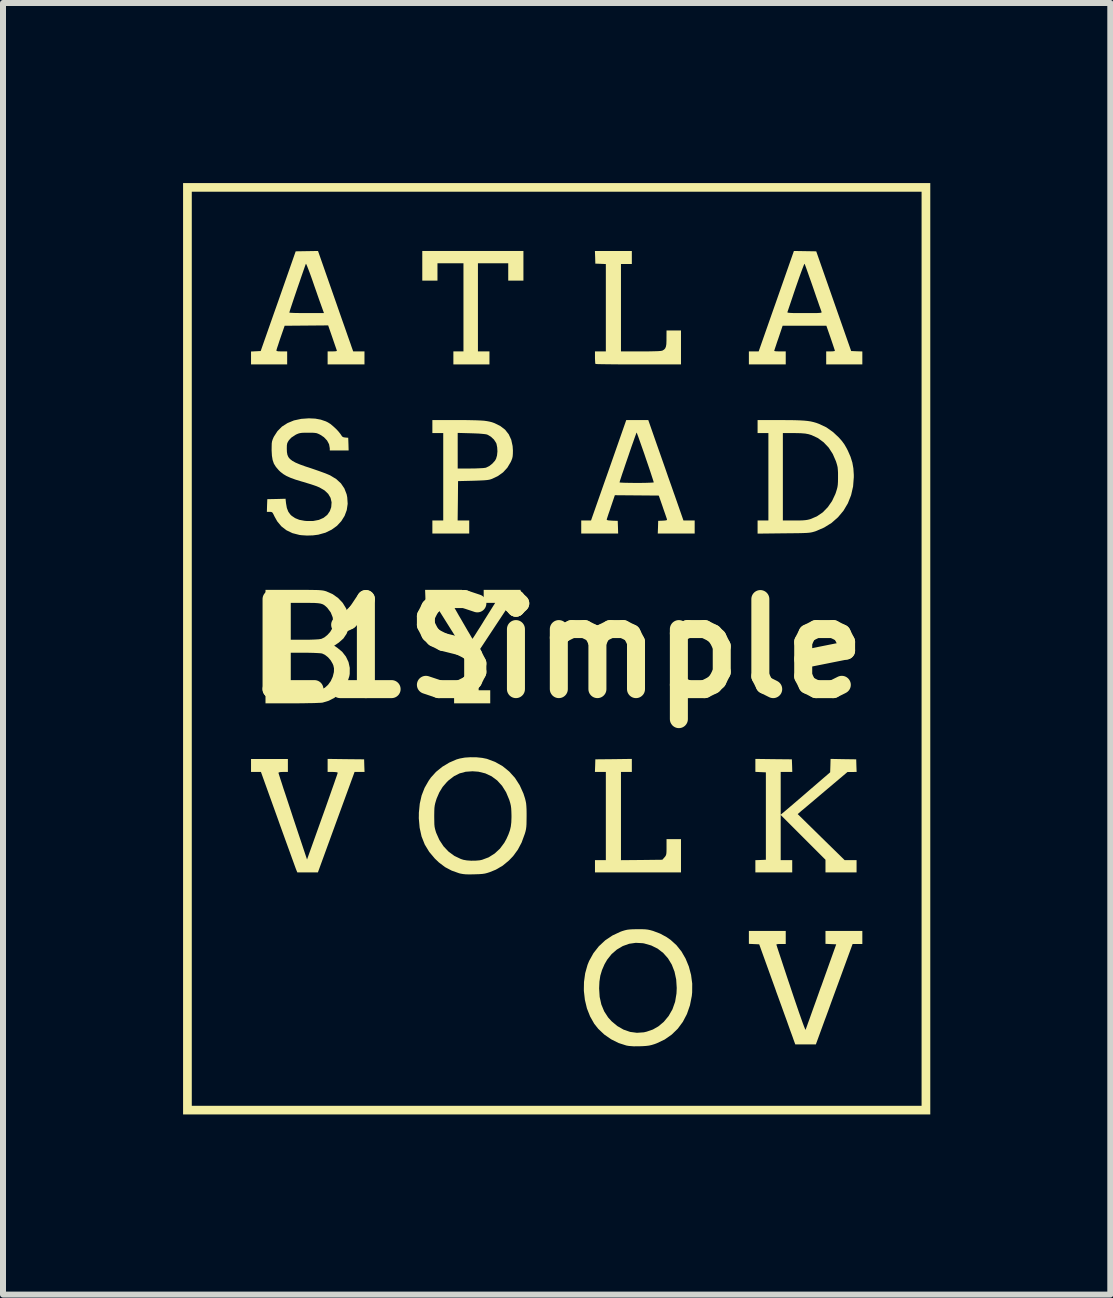
<source format=kicad_pcb>
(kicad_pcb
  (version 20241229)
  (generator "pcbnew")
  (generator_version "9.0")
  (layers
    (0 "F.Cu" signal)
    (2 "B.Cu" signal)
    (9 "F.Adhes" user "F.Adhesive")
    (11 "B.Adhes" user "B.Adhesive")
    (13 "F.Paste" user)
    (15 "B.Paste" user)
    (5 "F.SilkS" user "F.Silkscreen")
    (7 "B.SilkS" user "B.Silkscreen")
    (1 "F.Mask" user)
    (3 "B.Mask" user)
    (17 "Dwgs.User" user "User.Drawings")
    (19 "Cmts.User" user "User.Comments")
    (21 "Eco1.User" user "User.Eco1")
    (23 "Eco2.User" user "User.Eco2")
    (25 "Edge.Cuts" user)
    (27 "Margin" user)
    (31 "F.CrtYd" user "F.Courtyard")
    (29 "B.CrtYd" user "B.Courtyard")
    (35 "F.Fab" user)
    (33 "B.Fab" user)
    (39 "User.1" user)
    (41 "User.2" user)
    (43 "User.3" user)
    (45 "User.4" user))
  (footprint "L1Simple"
    (layer "F.Cu")
    (at 6.224 7.752)
    (property "Reference" "L1Simple" (at 0 0 0) (layer "F.SilkS") (effects (font (size 1.5 1.5) (thickness 0.3))))
    (attr board_only exclude_from_pos_files exclude_from_bom)
    (fp_poly (pts (xy 6.224 0.006) (xy 6.224 7.764) (xy 0 7.764) (xy -6.224 7.764) (xy -6.224 0.006) (xy -6.079 0.006) (xy -6.079 7.62) (xy 0 7.62) (xy 6.079 7.62) (xy 6.079 0.006) (xy 6.079 -7.608) (xy 0 -7.608) (xy -6.079 -7.608) (xy -6.079 0.006) (xy -6.224 0.006) (xy -6.224 -7.752) (xy 0 -7.752) (xy 6.224 -7.752)) (stroke (width 0) (type solid)) (fill yes) (layer "F.SilkS"))
    (fp_poly (pts (xy -0.554 -6.374) (xy -0.554 -6.127) (xy -0.68 -6.127) (xy -0.807 -6.127) (xy -0.807 -6.272) (xy -0.807 -6.416) (xy -1.059 -6.416) (xy -1.312 -6.416) (xy -1.312 -5.682) (xy -1.312 -4.948) (xy -1.216 -4.948) (xy -1.12 -4.948) (xy -1.12 -4.839) (xy -1.12 -4.731) (xy -1.42 -4.731) (xy -1.721 -4.731) (xy -1.721 -4.839) (xy -1.721 -4.948) (xy -1.637 -4.948) (xy -1.553 -4.948) (xy -1.553 -5.682) (xy -1.553 -6.416) (xy -1.77 -6.416) (xy -1.986 -6.416) (xy -1.986 -6.272) (xy -1.986 -6.127) (xy -2.113 -6.127) (xy -2.239 -6.127) (xy -2.239 -6.374) (xy -2.239 -6.621) (xy -1.396 -6.621) (xy -0.554 -6.621)) (stroke (width 0) (type solid)) (fill yes) (layer "F.SilkS"))
    (fp_poly (pts (xy 1.252 1.95) (xy 1.252 2.058) (xy 1.162 2.058) (xy 1.071 2.058) (xy 1.071 2.793) (xy 1.071 3.528) (xy 1.415 3.525) (xy 1.76 3.521) (xy 1.795 3.482) (xy 1.81 3.464) (xy 1.82 3.446) (xy 1.826 3.425) (xy 1.829 3.393) (xy 1.83 3.347) (xy 1.83 3.31) (xy 1.83 3.178) (xy 1.95 3.178) (xy 2.071 3.178) (xy 2.071 3.455) (xy 2.071 3.732) (xy 1.354 3.732) (xy 0.638 3.732) (xy 0.638 3.629) (xy 0.638 3.527) (xy 0.728 3.527) (xy 0.819 3.527) (xy 0.819 2.793) (xy 0.819 2.058) (xy 0.728 2.058) (xy 0.637 2.058) (xy 0.641 1.953) (xy 0.644 1.848) (xy 0.948 1.845) (xy 1.252 1.841)) (stroke (width 0) (type solid)) (fill yes) (layer "F.SilkS"))
    (fp_poly (pts (xy 1.252 -6.513) (xy 1.252 -6.404) (xy 1.162 -6.404) (xy 1.071 -6.404) (xy 1.071 -5.676) (xy 1.071 -4.948) (xy 1.403 -4.948) (xy 1.522 -4.948) (xy 1.618 -4.95) (xy 1.689 -4.952) (xy 1.737 -4.956) (xy 1.761 -4.961) (xy 1.761 -4.961) (xy 1.789 -4.978) (xy 1.808 -4.999) (xy 1.82 -5.028) (xy 1.827 -5.069) (xy 1.829 -5.129) (xy 1.829 -5.161) (xy 1.83 -5.297) (xy 1.95 -5.297) (xy 2.071 -5.297) (xy 2.071 -5.014) (xy 2.071 -4.731) (xy 1.362 -4.731) (xy 1.234 -4.731) (xy 1.113 -4.731) (xy 1.001 -4.732) (xy 0.901 -4.733) (xy 0.814 -4.734) (xy 0.743 -4.735) (xy 0.69 -4.736) (xy 0.657 -4.738) (xy 0.646 -4.739) (xy 0.642 -4.754) (xy 0.64 -4.787) (xy 0.638 -4.831) (xy 0.638 -4.847) (xy 0.638 -4.948) (xy 0.728 -4.948) (xy 0.819 -4.948) (xy 0.819 -5.675) (xy 0.819 -6.403) (xy 0.731 -6.407) (xy 0.644 -6.41) (xy 0.641 -6.516) (xy 0.637 -6.621) (xy 0.945 -6.621) (xy 1.252 -6.621)) (stroke (width 0) (type solid)) (fill yes) (layer "F.SilkS"))
    (fp_poly (pts (xy -3.512 1.845) (xy -3.208 1.848) (xy -3.205 1.953) (xy -3.201 2.058) (xy -3.284 2.058) (xy -3.367 2.058) (xy -3.673 2.895) (xy -3.978 3.732) (xy -4.15 3.732) (xy -4.321 3.732) (xy -4.337 3.693) (xy -4.344 3.675) (xy -4.358 3.637) (xy -4.379 3.579) (xy -4.406 3.505) (xy -4.438 3.416) (xy -4.475 3.314) (xy -4.516 3.201) (xy -4.56 3.079) (xy -4.607 2.949) (xy -4.64 2.856) (xy -4.927 2.058) (xy -5.01 2.058) (xy -5.092 2.058) (xy -5.092 1.95) (xy -5.092 1.842) (xy -4.785 1.842) (xy -4.478 1.842) (xy -4.478 1.95) (xy -4.478 2.058) (xy -4.556 2.058) (xy -4.603 2.06) (xy -4.629 2.066) (xy -4.635 2.074) (xy -4.631 2.087) (xy -4.62 2.122) (xy -4.603 2.176) (xy -4.58 2.246) (xy -4.553 2.331) (xy -4.52 2.429) (xy -4.484 2.538) (xy -4.445 2.656) (xy -4.404 2.781) (xy -4.397 2.803) (xy -4.159 3.517) (xy -3.903 2.8) (xy -3.858 2.675) (xy -3.816 2.556) (xy -3.777 2.445) (xy -3.742 2.345) (xy -3.711 2.258) (xy -3.686 2.185) (xy -3.666 2.128) (xy -3.653 2.09) (xy -3.648 2.072) (xy -3.647 2.071) (xy -3.659 2.064) (xy -3.69 2.06) (xy -3.732 2.058) (xy -3.816 2.058) (xy -3.816 1.95) (xy -3.816 1.841)) (stroke (width 0) (type solid)) (fill yes) (layer "F.SilkS"))
    (fp_poly (pts (xy -1.577 -0.867) (xy -1.577 -0.758) (xy -1.661 -0.758) (xy -1.703 -0.758) (xy -1.733 -0.755) (xy -1.745 -0.752) (xy -1.745 -0.752) (xy -1.74 -0.741) (xy -1.724 -0.712) (xy -1.699 -0.669) (xy -1.668 -0.615) (xy -1.633 -0.553) (xy -1.594 -0.487) (xy -1.555 -0.419) (xy -1.516 -0.352) (xy -1.481 -0.291) (xy -1.449 -0.238) (xy -1.425 -0.196) (xy -1.409 -0.169) (xy -1.403 -0.16) (xy -1.396 -0.169) (xy -1.378 -0.196) (xy -1.351 -0.238) (xy -1.316 -0.294) (xy -1.274 -0.359) (xy -1.228 -0.433) (xy -1.213 -0.458) (xy -1.025 -0.758) (xy -1.12 -0.758) (xy -1.216 -0.758) (xy -1.216 -0.867) (xy -1.216 -0.975) (xy -0.908 -0.975) (xy -0.601 -0.975) (xy -0.604 -0.87) (xy -0.608 -0.764) (xy -0.69 -0.758) (xy -0.772 -0.752) (xy -1.036 -0.353) (xy -1.3 0.047) (xy -1.3 0.373) (xy -1.3 0.698) (xy -1.204 0.698) (xy -1.107 0.698) (xy -1.107 0.807) (xy -1.107 0.915) (xy -1.408 0.915) (xy -1.709 0.915) (xy -1.709 0.807) (xy -1.709 0.698) (xy -1.625 0.698) (xy -1.541 0.698) (xy -1.541 0.367) (xy -1.541 0.036) (xy -1.788 -0.358) (xy -2.035 -0.752) (xy -2.11 -0.758) (xy -2.185 -0.764) (xy -2.188 -0.87) (xy -2.192 -0.975) (xy -1.884 -0.975) (xy -1.577 -0.975)) (stroke (width 0) (type solid)) (fill yes) (layer "F.SilkS"))
    (fp_poly (pts (xy 4.776 1.845) (xy 4.99 1.848) (xy 4.993 1.953) (xy 4.997 2.058) (xy 4.921 2.059) (xy 4.845 2.059) (xy 4.466 2.379) (xy 4.383 2.449) (xy 4.304 2.516) (xy 4.232 2.577) (xy 4.169 2.63) (xy 4.117 2.674) (xy 4.078 2.706) (xy 4.055 2.726) (xy 4.051 2.73) (xy 4.015 2.76) (xy 4.406 3.144) (xy 4.797 3.527) (xy 4.896 3.527) (xy 4.996 3.527) (xy 4.996 3.629) (xy 4.996 3.732) (xy 4.737 3.732) (xy 4.478 3.732) (xy 4.478 3.626) (xy 4.478 3.521) (xy 4.105 3.148) (xy 3.732 2.775) (xy 3.732 3.151) (xy 3.732 3.527) (xy 3.828 3.527) (xy 3.924 3.527) (xy 3.924 3.629) (xy 3.924 3.732) (xy 3.617 3.732) (xy 3.31 3.732) (xy 3.31 3.63) (xy 3.31 3.528) (xy 3.398 3.525) (xy 3.485 3.521) (xy 3.485 2.793) (xy 3.485 2.065) (xy 3.398 2.061) (xy 3.31 2.057) (xy 3.31 1.949) (xy 3.31 1.841) (xy 3.614 1.845) (xy 3.918 1.848) (xy 3.922 1.953) (xy 3.925 2.058) (xy 3.829 2.058) (xy 3.732 2.058) (xy 3.732 2.414) (xy 3.732 2.77) (xy 3.783 2.728) (xy 3.803 2.711) (xy 3.84 2.68) (xy 3.89 2.637) (xy 3.951 2.585) (xy 4.021 2.525) (xy 4.098 2.459) (xy 4.179 2.389) (xy 4.195 2.375) (xy 4.556 2.064) (xy 4.56 1.953) (xy 4.563 1.841)) (stroke (width 0) (type solid)) (fill yes) (layer "F.SilkS"))
    (fp_poly (pts (xy 3.816 4.815) (xy 3.816 4.924) (xy 3.738 4.924) (xy 3.698 4.925) (xy 3.67 4.928) (xy 3.66 4.933) (xy 3.663 4.945) (xy 3.674 4.979) (xy 3.691 5.031) (xy 3.714 5.101) (xy 3.742 5.185) (xy 3.774 5.283) (xy 3.81 5.391) (xy 3.849 5.509) (xy 3.891 5.633) (xy 3.899 5.658) (xy 3.95 5.81) (xy 3.996 5.945) (xy 4.036 6.062) (xy 4.071 6.161) (xy 4.099 6.24) (xy 4.121 6.299) (xy 4.137 6.338) (xy 4.145 6.354) (xy 4.147 6.354) (xy 4.152 6.339) (xy 4.165 6.304) (xy 4.184 6.25) (xy 4.21 6.179) (xy 4.24 6.094) (xy 4.275 5.996) (xy 4.314 5.888) (xy 4.356 5.77) (xy 4.4 5.646) (xy 4.406 5.632) (xy 4.657 4.93) (xy 4.567 4.926) (xy 4.478 4.922) (xy 4.478 4.815) (xy 4.478 4.707) (xy 4.785 4.707) (xy 5.092 4.707) (xy 5.092 4.815) (xy 5.092 4.924) (xy 5.011 4.924) (xy 4.93 4.924) (xy 4.777 5.342) (xy 4.733 5.463) (xy 4.683 5.599) (xy 4.63 5.743) (xy 4.577 5.888) (xy 4.527 6.027) (xy 4.481 6.152) (xy 4.471 6.178) (xy 4.318 6.597) (xy 4.147 6.597) (xy 3.975 6.597) (xy 3.943 6.51) (xy 3.934 6.483) (xy 3.917 6.436) (xy 3.893 6.371) (xy 3.864 6.29) (xy 3.83 6.194) (xy 3.791 6.087) (xy 3.749 5.97) (xy 3.704 5.846) (xy 3.657 5.717) (xy 3.643 5.676) (xy 3.374 4.93) (xy 3.288 4.926) (xy 3.202 4.922) (xy 3.202 4.815) (xy 3.202 4.707) (xy 3.509 4.707) (xy 3.816 4.707)) (stroke (width 0) (type solid)) (fill yes) (layer "F.SilkS"))
    (fp_poly (pts (xy -1.664 -3.804) (xy -1.537 -3.804) (xy -1.43 -3.802) (xy -1.342 -3.8) (xy -1.27 -3.797) (xy -1.21 -3.793) (xy -1.16 -3.786) (xy -1.118 -3.778) (xy -1.079 -3.768) (xy -1.042 -3.755) (xy -1.041 -3.755) (xy -0.941 -3.706) (xy -0.86 -3.644) (xy -0.799 -3.567) (xy -0.757 -3.476) (xy -0.734 -3.371) (xy -0.729 -3.298) (xy -0.73 -3.242) (xy -0.733 -3.201) (xy -0.74 -3.168) (xy -0.753 -3.133) (xy -0.766 -3.104) (xy -0.822 -3.01) (xy -0.894 -2.932) (xy -0.983 -2.869) (xy -1.074 -2.826) (xy -1.099 -2.817) (xy -1.125 -2.81) (xy -1.158 -2.805) (xy -1.2 -2.801) (xy -1.257 -2.798) (xy -1.33 -2.795) (xy -1.39 -2.793) (xy -1.643 -2.787) (xy -1.646 -2.459) (xy -1.65 -2.131) (xy -1.553 -2.131) (xy -1.457 -2.131) (xy -1.457 -2.022) (xy -1.457 -1.914) (xy -1.764 -1.914) (xy -2.071 -1.914) (xy -2.071 -2.022) (xy -2.071 -2.131) (xy -1.98 -2.131) (xy -1.89 -2.131) (xy -1.89 -2.859) (xy -1.89 -3.294) (xy -1.649 -3.294) (xy -1.649 -2.997) (xy -1.437 -2.997) (xy -1.355 -2.998) (xy -1.283 -3.001) (xy -1.226 -3.004) (xy -1.187 -3.009) (xy -1.178 -3.011) (xy -1.124 -3.037) (xy -1.072 -3.078) (xy -1.028 -3.127) (xy -1.01 -3.159) (xy -0.994 -3.214) (xy -0.987 -3.281) (xy -0.991 -3.349) (xy -1.003 -3.409) (xy -1.01 -3.425) (xy -1.045 -3.479) (xy -1.095 -3.526) (xy -1.151 -3.559) (xy -1.164 -3.564) (xy -1.191 -3.569) (xy -1.237 -3.574) (xy -1.297 -3.579) (xy -1.367 -3.582) (xy -1.43 -3.584) (xy -1.649 -3.59) (xy -1.649 -3.294) (xy -1.89 -3.294) (xy -1.89 -3.587) (xy -1.98 -3.587) (xy -2.071 -3.587) (xy -2.071 -3.696) (xy -2.071 -3.804)) (stroke (width 0) (type solid)) (fill yes) (layer "F.SilkS"))
    (fp_poly (pts (xy 4.138 -6.618) (xy 4.324 -6.615) (xy 4.615 -5.784) (xy 4.906 -4.954) (xy 4.999 -4.95) (xy 5.092 -4.947) (xy 5.092 -4.839) (xy 5.092 -4.731) (xy 4.791 -4.731) (xy 4.49 -4.731) (xy 4.49 -4.839) (xy 4.49 -4.948) (xy 4.562 -4.948) (xy 4.6 -4.949) (xy 4.627 -4.953) (xy 4.635 -4.958) (xy 4.631 -4.972) (xy 4.62 -5.005) (xy 4.604 -5.053) (xy 4.584 -5.112) (xy 4.564 -5.171) (xy 4.493 -5.375) (xy 4.129 -5.375) (xy 3.764 -5.375) (xy 3.695 -5.17) (xy 3.672 -5.104) (xy 3.653 -5.046) (xy 3.637 -4.999) (xy 3.627 -4.968) (xy 3.624 -4.957) (xy 3.635 -4.952) (xy 3.664 -4.949) (xy 3.706 -4.948) (xy 3.72 -4.948) (xy 3.816 -4.948) (xy 3.816 -4.839) (xy 3.816 -4.731) (xy 3.509 -4.731) (xy 3.202 -4.731) (xy 3.202 -4.839) (xy 3.202 -4.948) (xy 3.284 -4.948) (xy 3.365 -4.948) (xy 3.594 -5.601) (xy 3.843 -5.601) (xy 3.846 -5.596) (xy 3.861 -5.592) (xy 3.891 -5.589) (xy 3.936 -5.587) (xy 4.001 -5.586) (xy 4.086 -5.586) (xy 4.129 -5.586) (xy 4.22 -5.586) (xy 4.29 -5.586) (xy 4.341 -5.587) (xy 4.376 -5.589) (xy 4.398 -5.591) (xy 4.41 -5.595) (xy 4.414 -5.6) (xy 4.412 -5.607) (xy 4.407 -5.623) (xy 4.394 -5.659) (xy 4.375 -5.712) (xy 4.352 -5.779) (xy 4.324 -5.858) (xy 4.294 -5.946) (xy 4.271 -6.013) (xy 4.239 -6.105) (xy 4.209 -6.189) (xy 4.183 -6.263) (xy 4.161 -6.325) (xy 4.144 -6.372) (xy 4.133 -6.4) (xy 4.129 -6.408) (xy 4.123 -6.399) (xy 4.111 -6.37) (xy 4.093 -6.323) (xy 4.07 -6.261) (xy 4.043 -6.186) (xy 4.013 -6.1) (xy 3.984 -6.017) (xy 3.952 -5.923) (xy 3.923 -5.836) (xy 3.897 -5.759) (xy 3.875 -5.694) (xy 3.858 -5.644) (xy 3.847 -5.612) (xy 3.843 -5.601) (xy 3.594 -5.601) (xy 3.659 -5.785) (xy 3.952 -6.621)) (stroke (width 0) (type solid)) (fill yes) (layer "F.SilkS"))
    (fp_poly (pts (xy 3.729 -3.804) (xy 3.855 -3.803) (xy 3.96 -3.802) (xy 4.047 -3.799) (xy 4.119 -3.795) (xy 4.18 -3.789) (xy 4.233 -3.781) (xy 4.28 -3.77) (xy 4.325 -3.757) (xy 4.371 -3.74) (xy 4.492 -3.683) (xy 4.604 -3.604) (xy 4.701 -3.513) (xy 4.753 -3.454) (xy 4.793 -3.399) (xy 4.829 -3.337) (xy 4.851 -3.294) (xy 4.896 -3.191) (xy 4.926 -3.095) (xy 4.943 -2.998) (xy 4.95 -2.89) (xy 4.95 -2.853) (xy 4.938 -2.698) (xy 4.905 -2.553) (xy 4.851 -2.417) (xy 4.778 -2.294) (xy 4.687 -2.185) (xy 4.579 -2.09) (xy 4.455 -2.013) (xy 4.316 -1.953) (xy 4.304 -1.949) (xy 4.28 -1.942) (xy 4.258 -1.936) (xy 4.234 -1.931) (xy 4.204 -1.927) (xy 4.168 -1.924) (xy 4.12 -1.922) (xy 4.06 -1.92) (xy 3.983 -1.919) (xy 3.888 -1.918) (xy 3.783 -1.917) (xy 3.347 -1.912) (xy 3.347 -2.022) (xy 3.347 -2.131) (xy 3.437 -2.131) (xy 3.527 -2.131) (xy 3.527 -2.859) (xy 3.768 -2.859) (xy 3.768 -2.131) (xy 3.959 -2.131) (xy 4.038 -2.131) (xy 4.099 -2.133) (xy 4.146 -2.137) (xy 4.184 -2.143) (xy 4.22 -2.152) (xy 4.229 -2.155) (xy 4.335 -2.2) (xy 4.432 -2.266) (xy 4.516 -2.352) (xy 4.587 -2.454) (xy 4.643 -2.573) (xy 4.653 -2.602) (xy 4.667 -2.647) (xy 4.677 -2.686) (xy 4.683 -2.725) (xy 4.686 -2.772) (xy 4.687 -2.834) (xy 4.687 -2.859) (xy 4.687 -2.927) (xy 4.684 -2.978) (xy 4.68 -3.019) (xy 4.671 -3.057) (xy 4.658 -3.1) (xy 4.653 -3.116) (xy 4.6 -3.238) (xy 4.532 -3.344) (xy 4.448 -3.433) (xy 4.352 -3.504) (xy 4.244 -3.554) (xy 4.195 -3.569) (xy 4.141 -3.579) (xy 4.067 -3.585) (xy 3.971 -3.587) (xy 3.946 -3.587) (xy 3.768 -3.587) (xy 3.768 -2.859) (xy 3.527 -2.859) (xy 3.527 -3.587) (xy 3.437 -3.587) (xy 3.347 -3.587) (xy 3.347 -3.696) (xy 3.347 -3.804)) (stroke (width 0) (type solid)) (fill yes) (layer "F.SilkS"))
    (fp_poly (pts (xy -3.714 -5.872) (xy -3.668 -5.741) (xy -3.624 -5.614) (xy -3.582 -5.494) (xy -3.543 -5.384) (xy -3.508 -5.284) (xy -3.478 -5.198) (xy -3.453 -5.127) (xy -3.434 -5.074) (xy -3.423 -5.041) (xy -3.421 -5.035) (xy -3.39 -4.948) (xy -3.296 -4.948) (xy -3.202 -4.948) (xy -3.202 -4.839) (xy -3.202 -4.731) (xy -3.509 -4.731) (xy -3.816 -4.731) (xy -3.816 -4.839) (xy -3.816 -4.948) (xy -3.736 -4.948) (xy -3.692 -4.949) (xy -3.668 -4.953) (xy -3.662 -4.961) (xy -3.662 -4.963) (xy -3.668 -4.978) (xy -3.68 -5.013) (xy -3.697 -5.062) (xy -3.718 -5.123) (xy -3.737 -5.179) (xy -3.807 -5.381) (xy -4.17 -5.378) (xy -4.532 -5.375) (xy -4.601 -5.176) (xy -4.623 -5.111) (xy -4.642 -5.052) (xy -4.658 -5.005) (xy -4.667 -4.974) (xy -4.67 -4.963) (xy -4.662 -4.954) (xy -4.636 -4.949) (xy -4.589 -4.948) (xy -4.58 -4.948) (xy -4.49 -4.948) (xy -4.49 -4.839) (xy -4.49 -4.731) (xy -4.791 -4.731) (xy -5.092 -4.731) (xy -5.092 -4.839) (xy -5.092 -4.946) (xy -5.011 -4.95) (xy -4.931 -4.954) (xy -4.706 -5.595) (xy -4.454 -5.595) (xy -4.443 -5.592) (xy -4.41 -5.59) (xy -4.361 -5.588) (xy -4.297 -5.587) (xy -4.222 -5.586) (xy -4.166 -5.586) (xy -3.877 -5.586) (xy -3.917 -5.697) (xy -3.932 -5.739) (xy -3.954 -5.8) (xy -3.98 -5.874) (xy -4.009 -5.958) (xy -4.04 -6.046) (xy -4.063 -6.113) (xy -4.091 -6.193) (xy -4.117 -6.264) (xy -4.14 -6.324) (xy -4.158 -6.37) (xy -4.171 -6.399) (xy -4.177 -6.408) (xy -4.177 -6.408) (xy -4.183 -6.395) (xy -4.195 -6.362) (xy -4.212 -6.313) (xy -4.234 -6.25) (xy -4.259 -6.178) (xy -4.286 -6.098) (xy -4.315 -6.015) (xy -4.343 -5.932) (xy -4.371 -5.85) (xy -4.396 -5.775) (xy -4.418 -5.709) (xy -4.436 -5.655) (xy -4.448 -5.616) (xy -4.454 -5.596) (xy -4.454 -5.595) (xy -4.706 -5.595) (xy -4.639 -5.784) (xy -4.348 -6.615) (xy -4.162 -6.618) (xy -3.976 -6.621)) (stroke (width 0) (type solid)) (fill yes) (layer "F.SilkS"))
    (fp_poly (pts (xy 1.67 -3.392) (xy 1.712 -3.273) (xy 1.759 -3.139) (xy 1.809 -2.997) (xy 1.859 -2.852) (xy 1.908 -2.714) (xy 1.952 -2.588) (xy 1.964 -2.555) (xy 2.112 -2.131) (xy 2.206 -2.131) (xy 2.299 -2.131) (xy 2.299 -2.022) (xy 2.299 -1.914) (xy 1.992 -1.914) (xy 1.684 -1.914) (xy 1.688 -2.019) (xy 1.691 -2.125) (xy 1.767 -2.128) (xy 1.808 -2.131) (xy 1.83 -2.135) (xy 1.838 -2.143) (xy 1.836 -2.156) (xy 1.835 -2.158) (xy 1.828 -2.179) (xy 1.815 -2.217) (xy 1.797 -2.269) (xy 1.776 -2.329) (xy 1.764 -2.365) (xy 1.701 -2.546) (xy 1.335 -2.549) (xy 0.969 -2.552) (xy 0.903 -2.357) (xy 0.881 -2.291) (xy 0.861 -2.234) (xy 0.846 -2.187) (xy 0.836 -2.157) (xy 0.833 -2.146) (xy 0.84 -2.138) (xy 0.866 -2.132) (xy 0.915 -2.129) (xy 0.923 -2.128) (xy 1.017 -2.125) (xy 1.021 -2.019) (xy 1.024 -1.914) (xy 0.717 -1.914) (xy 0.409 -1.914) (xy 0.409 -2.022) (xy 0.409 -2.131) (xy 0.491 -2.131) (xy 0.572 -2.131) (xy 0.795 -2.766) (xy 1.047 -2.766) (xy 1.059 -2.763) (xy 1.091 -2.761) (xy 1.141 -2.759) (xy 1.204 -2.758) (xy 1.279 -2.757) (xy 1.329 -2.757) (xy 1.409 -2.757) (xy 1.481 -2.758) (xy 1.541 -2.76) (xy 1.585 -2.762) (xy 1.611 -2.764) (xy 1.617 -2.766) (xy 1.614 -2.778) (xy 1.604 -2.81) (xy 1.588 -2.859) (xy 1.568 -2.921) (xy 1.544 -2.993) (xy 1.517 -3.072) (xy 1.488 -3.156) (xy 1.46 -3.24) (xy 1.431 -3.322) (xy 1.404 -3.399) (xy 1.38 -3.467) (xy 1.36 -3.524) (xy 1.344 -3.566) (xy 1.335 -3.591) (xy 1.332 -3.595) (xy 1.327 -3.586) (xy 1.316 -3.556) (xy 1.299 -3.509) (xy 1.278 -3.449) (xy 1.253 -3.379) (xy 1.226 -3.301) (xy 1.198 -3.218) (xy 1.169 -3.134) (xy 1.141 -3.052) (xy 1.115 -2.974) (xy 1.091 -2.905) (xy 1.072 -2.846) (xy 1.057 -2.801) (xy 1.049 -2.773) (xy 1.047 -2.766) (xy 0.795 -2.766) (xy 0.866 -2.967) (xy 1.159 -3.804) (xy 1.343 -3.804) (xy 1.526 -3.804)) (stroke (width 0) (type solid)) (fill yes) (layer "F.SilkS"))
    (fp_poly (pts (xy 1.42 4.678) (xy 1.474 4.68) (xy 1.518 4.685) (xy 1.557 4.693) (xy 1.599 4.705) (xy 1.601 4.705) (xy 1.723 4.751) (xy 1.832 4.81) (xy 1.898 4.856) (xy 1.995 4.944) (xy 2.079 5.049) (xy 2.148 5.169) (xy 2.202 5.3) (xy 2.239 5.44) (xy 2.258 5.584) (xy 2.257 5.731) (xy 2.251 5.79) (xy 2.22 5.947) (xy 2.17 6.091) (xy 2.102 6.221) (xy 2.017 6.336) (xy 1.916 6.434) (xy 1.799 6.516) (xy 1.668 6.578) (xy 1.631 6.592) (xy 1.582 6.607) (xy 1.537 6.617) (xy 1.487 6.623) (xy 1.424 6.627) (xy 1.384 6.628) (xy 1.283 6.629) (xy 1.203 6.623) (xy 1.162 6.616) (xy 1.031 6.574) (xy 0.907 6.512) (xy 0.792 6.432) (xy 0.692 6.337) (xy 0.626 6.254) (xy 0.557 6.132) (xy 0.504 5.998) (xy 0.47 5.855) (xy 0.453 5.706) (xy 0.453 5.664) (xy 0.707 5.664) (xy 0.716 5.806) (xy 0.744 5.932) (xy 0.791 6.046) (xy 0.857 6.148) (xy 0.915 6.212) (xy 1.011 6.292) (xy 1.114 6.351) (xy 1.224 6.389) (xy 1.337 6.404) (xy 1.452 6.396) (xy 1.499 6.385) (xy 1.603 6.349) (xy 1.694 6.297) (xy 1.78 6.225) (xy 1.782 6.224) (xy 1.865 6.124) (xy 1.929 6.012) (xy 1.973 5.887) (xy 1.996 5.749) (xy 2 5.657) (xy 1.991 5.516) (xy 1.963 5.385) (xy 1.917 5.267) (xy 1.854 5.163) (xy 1.775 5.074) (xy 1.682 5.002) (xy 1.575 4.949) (xy 1.456 4.915) (xy 1.432 4.911) (xy 1.318 4.905) (xy 1.207 4.921) (xy 1.101 4.959) (xy 1.003 5.017) (xy 0.915 5.093) (xy 0.841 5.186) (xy 0.797 5.262) (xy 0.755 5.359) (xy 0.727 5.452) (xy 0.712 5.552) (xy 0.707 5.664) (xy 0.453 5.664) (xy 0.455 5.557) (xy 0.475 5.411) (xy 0.514 5.272) (xy 0.54 5.208) (xy 0.612 5.078) (xy 0.702 4.963) (xy 0.809 4.863) (xy 0.93 4.782) (xy 1.063 4.72) (xy 1.093 4.709) (xy 1.136 4.696) (xy 1.175 4.687) (xy 1.218 4.682) (xy 1.27 4.679) (xy 1.339 4.678) (xy 1.348 4.678)) (stroke (width 0) (type solid)) (fill yes) (layer "F.SilkS"))
    (fp_poly (pts (xy -4.262 -0.975) (xy -4.164 -0.975) (xy -4.085 -0.974) (xy -4.022 -0.973) (xy -3.972 -0.972) (xy -3.934 -0.969) (xy -3.904 -0.966) (xy -3.88 -0.962) (xy -3.86 -0.957) (xy -3.84 -0.951) (xy -3.837 -0.95) (xy -3.731 -0.903) (xy -3.64 -0.838) (xy -3.565 -0.759) (xy -3.508 -0.666) (xy -3.471 -0.563) (xy -3.456 -0.452) (xy -3.455 -0.433) (xy -3.466 -0.335) (xy -3.499 -0.245) (xy -3.553 -0.165) (xy -3.627 -0.099) (xy -3.641 -0.089) (xy -3.707 -0.045) (xy -3.654 -0.01) (xy -3.573 0.057) (xy -3.511 0.137) (xy -3.468 0.227) (xy -3.447 0.324) (xy -3.448 0.425) (xy -3.454 0.461) (xy -3.488 0.568) (xy -3.542 0.666) (xy -3.613 0.751) (xy -3.699 0.821) (xy -3.797 0.872) (xy -3.899 0.903) (xy -3.927 0.906) (xy -3.976 0.908) (xy -4.043 0.911) (xy -4.125 0.912) (xy -4.22 0.914) (xy -4.324 0.915) (xy -4.408 0.915) (xy -4.851 0.915) (xy -4.851 0.807) (xy -4.851 0.698) (xy -4.761 0.698) (xy -4.671 0.698) (xy -4.671 0.385) (xy -4.43 0.385) (xy -4.43 0.698) (xy -4.2 0.698) (xy -4.102 0.697) (xy -4.022 0.695) (xy -3.962 0.69) (xy -3.924 0.684) (xy -3.92 0.683) (xy -3.862 0.655) (xy -3.809 0.607) (xy -3.764 0.545) (xy -3.731 0.473) (xy -3.712 0.397) (xy -3.711 0.385) (xy -3.71 0.332) (xy -3.72 0.285) (xy -3.732 0.256) (xy -3.765 0.199) (xy -3.81 0.147) (xy -3.861 0.107) (xy -3.908 0.085) (xy -3.935 0.081) (xy -3.981 0.078) (xy -4.042 0.075) (xy -4.114 0.073) (xy -4.191 0.072) (xy -4.192 0.072) (xy -4.43 0.072) (xy -4.43 0.385) (xy -4.671 0.385) (xy -4.671 -0.03) (xy -4.671 -0.451) (xy -4.43 -0.451) (xy -4.43 -0.144) (xy -4.2 -0.144) (xy -4.104 -0.145) (xy -4.025 -0.148) (xy -3.964 -0.152) (xy -3.925 -0.158) (xy -3.92 -0.159) (xy -3.87 -0.183) (xy -3.819 -0.224) (xy -3.774 -0.274) (xy -3.742 -0.327) (xy -3.733 -0.352) (xy -3.721 -0.435) (xy -3.732 -0.519) (xy -3.764 -0.599) (xy -3.816 -0.669) (xy -3.823 -0.678) (xy -3.85 -0.703) (xy -3.875 -0.723) (xy -3.902 -0.737) (xy -3.935 -0.747) (xy -3.977 -0.753) (xy -4.032 -0.757) (xy -4.105 -0.758) (xy -4.188 -0.758) (xy -4.43 -0.758) (xy -4.43 -0.451) (xy -4.671 -0.451) (xy -4.671 -0.758) (xy -4.761 -0.758) (xy -4.851 -0.758) (xy -4.851 -0.867) (xy -4.851 -0.975) (xy -4.381 -0.975)) (stroke (width 0) (type solid)) (fill yes) (layer "F.SilkS"))
    (fp_poly (pts (xy -1.336 1.814) (xy -1.24 1.824) (xy -1.162 1.84) (xy -1.026 1.891) (xy -0.902 1.961) (xy -0.791 2.051) (xy -0.695 2.157) (xy -0.616 2.28) (xy -0.554 2.417) (xy -0.527 2.501) (xy -0.517 2.542) (xy -0.509 2.582) (xy -0.505 2.627) (xy -0.502 2.683) (xy -0.501 2.754) (xy -0.501 2.793) (xy -0.502 2.869) (xy -0.503 2.928) (xy -0.506 2.973) (xy -0.511 3.011) (xy -0.519 3.048) (xy -0.531 3.089) (xy -0.534 3.097) (xy -0.584 3.234) (xy -0.647 3.353) (xy -0.725 3.46) (xy -0.796 3.534) (xy -0.9 3.62) (xy -1.013 3.686) (xy -1.114 3.727) (xy -1.157 3.741) (xy -1.196 3.751) (xy -1.238 3.757) (xy -1.289 3.761) (xy -1.356 3.763) (xy -1.378 3.764) (xy -1.455 3.765) (xy -1.513 3.764) (xy -1.56 3.759) (xy -1.6 3.752) (xy -1.625 3.746) (xy -1.749 3.702) (xy -1.859 3.644) (xy -1.962 3.566) (xy -2.03 3.501) (xy -2.124 3.389) (xy -2.198 3.267) (xy -2.251 3.133) (xy -2.283 2.988) (xy -2.297 2.83) (xy -2.296 2.78) (xy -2.04 2.78) (xy -2.04 2.805) (xy -2.039 2.876) (xy -2.038 2.93) (xy -2.034 2.971) (xy -2.027 3.006) (xy -2.017 3.042) (xy -2.007 3.073) (xy -1.954 3.192) (xy -1.885 3.297) (xy -1.801 3.386) (xy -1.704 3.457) (xy -1.597 3.508) (xy -1.554 3.522) (xy -1.496 3.532) (xy -1.425 3.537) (xy -1.35 3.536) (xy -1.281 3.53) (xy -1.244 3.522) (xy -1.134 3.481) (xy -1.034 3.418) (xy -0.946 3.337) (xy -0.873 3.239) (xy -0.837 3.174) (xy -0.803 3.098) (xy -0.779 3.031) (xy -0.764 2.967) (xy -0.756 2.898) (xy -0.753 2.815) (xy -0.753 2.781) (xy -0.755 2.713) (xy -0.758 2.661) (xy -0.764 2.618) (xy -0.774 2.575) (xy -0.789 2.526) (xy -0.791 2.52) (xy -0.843 2.396) (xy -0.91 2.289) (xy -0.99 2.201) (xy -1.084 2.131) (xy -1.189 2.082) (xy -1.305 2.054) (xy -1.402 2.047) (xy -1.516 2.055) (xy -1.617 2.082) (xy -1.71 2.129) (xy -1.799 2.197) (xy -1.83 2.227) (xy -1.9 2.308) (xy -1.955 2.398) (xy -2 2.502) (xy -2.012 2.54) (xy -2.024 2.581) (xy -2.032 2.619) (xy -2.037 2.66) (xy -2.039 2.712) (xy -2.04 2.78) (xy -2.296 2.78) (xy -2.296 2.739) (xy -2.281 2.587) (xy -2.25 2.45) (xy -2.201 2.324) (xy -2.133 2.205) (xy -2.096 2.152) (xy -2.01 2.057) (xy -1.907 1.973) (xy -1.791 1.903) (xy -1.669 1.85) (xy -1.613 1.834) (xy -1.531 1.819) (xy -1.436 1.813)) (stroke (width 0) (type solid)) (fill yes) (layer "F.SilkS"))
    (fp_poly (pts (xy -4.022 -3.828) (xy -3.93 -3.811) (xy -3.845 -3.782) (xy -3.811 -3.765) (xy -3.771 -3.74) (xy -3.725 -3.702) (xy -3.677 -3.658) (xy -3.634 -3.612) (xy -3.602 -3.572) (xy -3.593 -3.558) (xy -3.574 -3.53) (xy -3.55 -3.517) (xy -3.522 -3.513) (xy -3.473 -3.509) (xy -3.469 -3.404) (xy -3.466 -3.298) (xy -3.623 -3.298) (xy -3.78 -3.298) (xy -3.78 -3.335) (xy -3.792 -3.401) (xy -3.825 -3.463) (xy -3.878 -3.519) (xy -3.942 -3.561) (xy -3.971 -3.575) (xy -3.997 -3.585) (xy -4.027 -3.59) (xy -4.067 -3.593) (xy -4.124 -3.593) (xy -4.142 -3.593) (xy -4.203 -3.593) (xy -4.247 -3.591) (xy -4.279 -3.586) (xy -4.307 -3.578) (xy -4.337 -3.565) (xy -4.352 -3.557) (xy -4.42 -3.512) (xy -4.46 -3.469) (xy -4.479 -3.439) (xy -4.49 -3.413) (xy -4.495 -3.381) (xy -4.496 -3.335) (xy -4.496 -3.323) (xy -4.494 -3.271) (xy -4.486 -3.226) (xy -4.47 -3.188) (xy -4.443 -3.155) (xy -4.404 -3.125) (xy -4.35 -3.095) (xy -4.279 -3.065) (xy -4.188 -3.032) (xy -4.099 -3.003) (xy -4.02 -2.976) (xy -3.943 -2.949) (xy -3.872 -2.923) (xy -3.814 -2.9) (xy -3.772 -2.882) (xy -3.77 -2.88) (xy -3.672 -2.821) (xy -3.594 -2.749) (xy -3.537 -2.665) (xy -3.499 -2.567) (xy -3.489 -2.516) (xy -3.482 -2.409) (xy -3.497 -2.305) (xy -3.533 -2.208) (xy -3.588 -2.12) (xy -3.66 -2.042) (xy -3.749 -1.978) (xy -3.851 -1.928) (xy -3.966 -1.896) (xy -3.967 -1.895) (xy -4.06 -1.883) (xy -4.16 -1.88) (xy -4.253 -1.886) (xy -4.285 -1.89) (xy -4.402 -1.92) (xy -4.502 -1.968) (xy -4.586 -2.033) (xy -4.655 -2.116) (xy -4.699 -2.194) (xy -4.719 -2.235) (xy -4.733 -2.26) (xy -4.748 -2.271) (xy -4.767 -2.275) (xy -4.782 -2.275) (xy -4.828 -2.275) (xy -4.825 -2.38) (xy -4.821 -2.486) (xy -4.669 -2.489) (xy -4.517 -2.493) (xy -4.509 -2.418) (xy -4.495 -2.339) (xy -4.471 -2.277) (xy -4.435 -2.228) (xy -4.415 -2.209) (xy -4.357 -2.17) (xy -4.288 -2.142) (xy -4.203 -2.126) (xy -4.159 -2.122) (xy -4.054 -2.123) (xy -3.961 -2.141) (xy -3.884 -2.175) (xy -3.822 -2.224) (xy -3.779 -2.287) (xy -3.756 -2.353) (xy -3.75 -2.434) (xy -3.767 -2.508) (xy -3.806 -2.574) (xy -3.867 -2.632) (xy -3.949 -2.68) (xy -4 -2.702) (xy -4.04 -2.716) (xy -4.097 -2.735) (xy -4.163 -2.755) (xy -4.232 -2.776) (xy -4.25 -2.781) (xy -4.352 -2.812) (xy -4.434 -2.842) (xy -4.501 -2.872) (xy -4.556 -2.905) (xy -4.603 -2.942) (xy -4.63 -2.968) (xy -4.677 -3.023) (xy -4.711 -3.077) (xy -4.732 -3.138) (xy -4.744 -3.21) (xy -4.749 -3.3) (xy -4.749 -3.311) (xy -4.748 -3.372) (xy -4.747 -3.415) (xy -4.742 -3.448) (xy -4.733 -3.477) (xy -4.72 -3.509) (xy -4.71 -3.529) (xy -4.652 -3.619) (xy -4.577 -3.695) (xy -4.484 -3.754) (xy -4.377 -3.798) (xy -4.255 -3.824) (xy -4.129 -3.833)) (stroke (width 0) (type solid)) (fill yes) (layer "F.SilkS")))
  (gr_rect
    (start -3 -3)
    (end 15.447 18.517)
    (stroke (width 0.1) (type default))
    (fill no)
    (layer "Edge.Cuts")))
</source>
